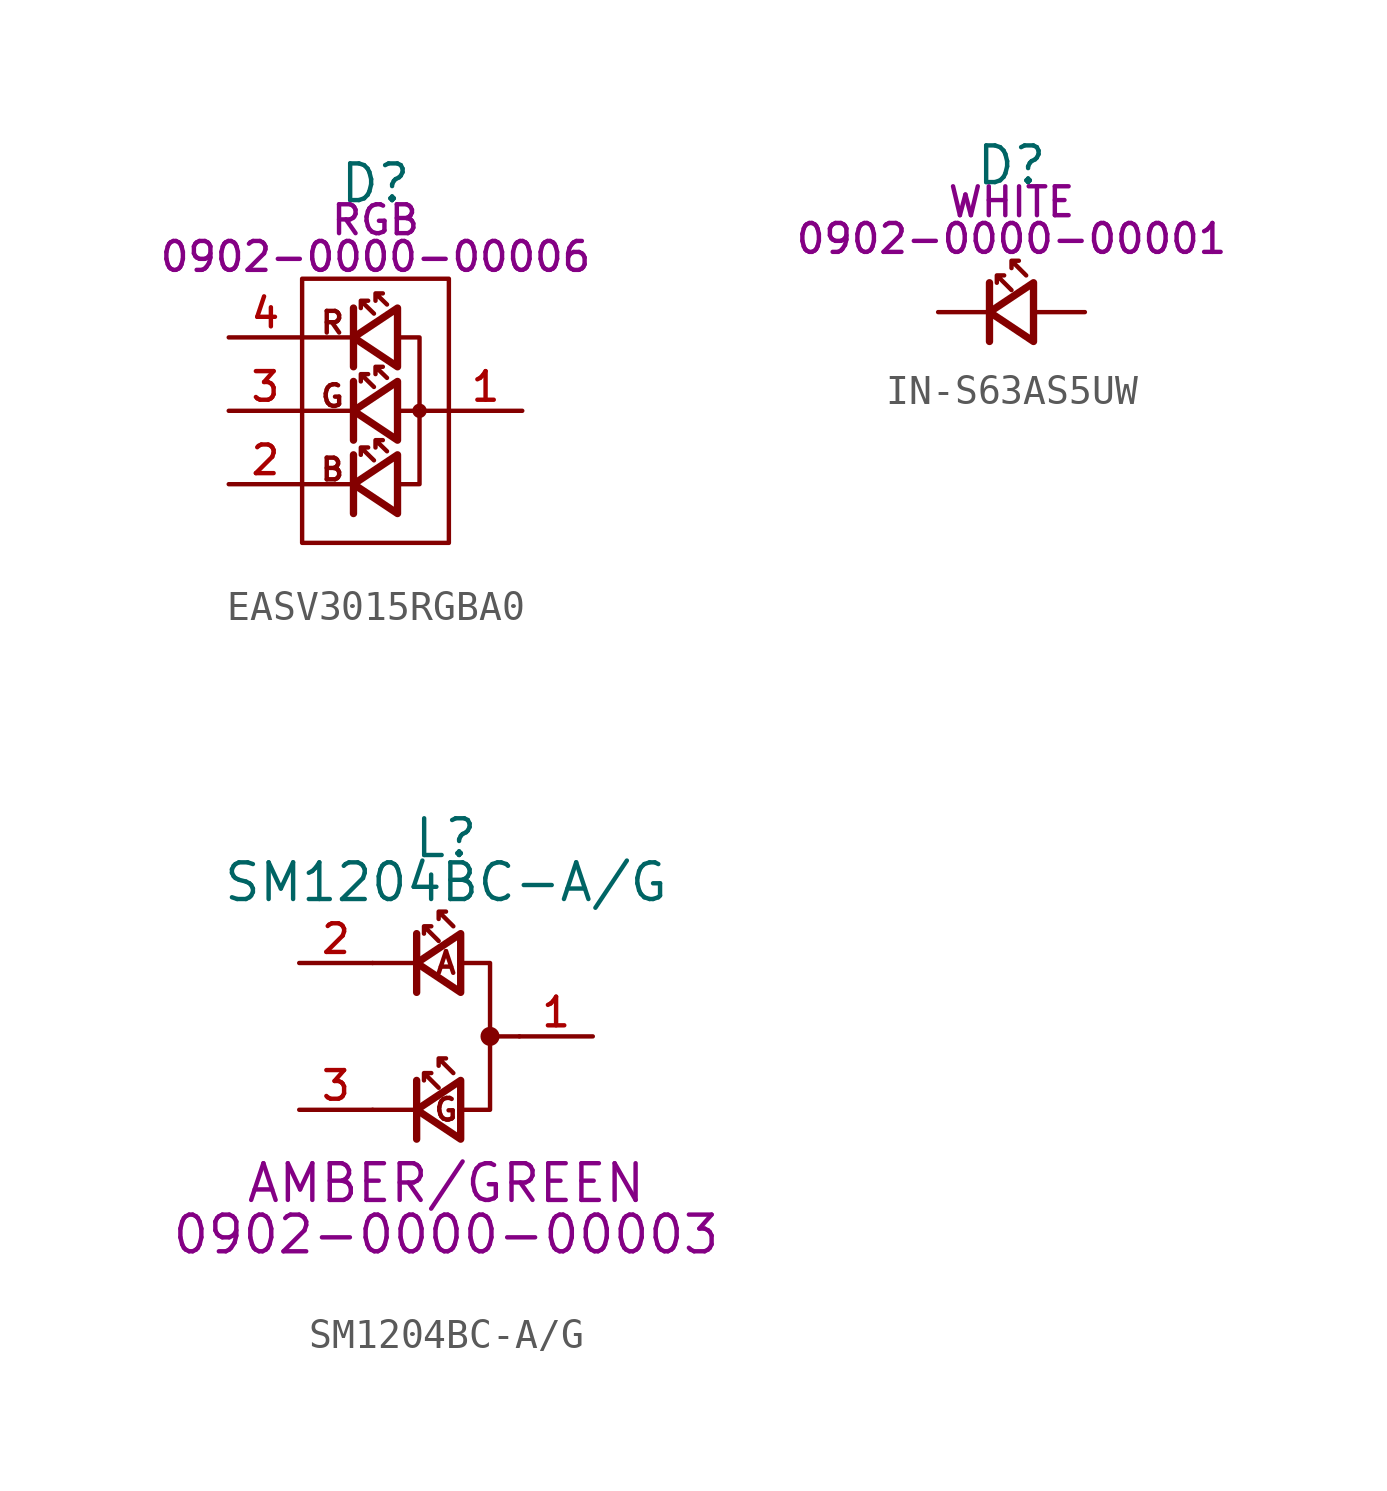
<source format=kicad_sym>
(kicad_symbol_lib
  (version 20231120)
  (generator "kicad_symbol_editor")
  (generator_version "8.0")
  (symbol "EASV3015RGBA0"
    (pin_names hide)
    (property "Reference" "D"
      (at 2.54 2.794 0)
      (effects (font (size 1.27 1.27))))
    (property "PartNumber" "0902-0000-00006"
      (at 2.54 0.254 0)
      (effects (font (size 1 1))))
    (property "Color" "RGB"
      (at 2.54 1.524 0)
      (effects (font (size 1 1))))
    (symbol "EASV3015RGBA0_0_0"
      (pin passive line (at 7.62 -5.08 180) (length 2.54) (name "AN" (effects (font (size 1.27 1.27)))) (number "1" (effects (font (size 0.991 0.991)))))
      (pin passive line (at -2.54 -7.62 0) (length 2.54) (name "B" (effects (font (size 1.27 1.27)))) (number "2" (effects (font (size 0.991 0.991)))))
      (pin passive line (at -2.54 -5.08 0) (length 2.54) (name "G" (effects (font (size 1.27 1.27)))) (number "3" (effects (font (size 0.991 0.991)))))
      (pin passive line (at -2.54 -2.54 0) (length 2.54) (name "R" (effects (font (size 1.27 1.27)))) (number "4" (effects (font (size 0.991 0.991))))))
    (symbol "EASV3015RGBA0_0_1"
      (polyline (pts (xy 0 -7.62) (xy 1.778 -7.62)) (stroke (width 0) (type default)) (fill (type none)))
      (polyline (pts (xy 0 -5.08) (xy 1.778 -5.08)) (stroke (width 0) (type default)) (fill (type none)))
      (polyline (pts (xy 0 -2.54) (xy 1.778 -2.54)) (stroke (width 0) (type default)) (fill (type none)))
      (polyline (pts (xy 1.778 -8.636) (xy 1.778 -6.604)) (stroke (width 0.254) (type default)) (fill (type none)))
      (polyline (pts (xy 1.778 -6.096) (xy 1.778 -4.064)) (stroke (width 0.254) (type default)) (fill (type none)))
      (polyline (pts (xy 1.778 -3.556) (xy 1.778 -1.524)) (stroke (width 0.254) (type default)) (fill (type none)))
      (polyline (pts (xy 3.302 -5.08) (xy 5.08 -5.08)) (stroke (width 0) (type default)) (fill (type none)))
      (polyline (pts (xy 3.302 -8.636) (xy 1.778 -7.62) (xy 3.302 -6.604) (xy 3.302 -8.636)) (stroke (width 0.254) (type default)) (fill (type none)))
      (polyline (pts (xy 3.302 -7.62) (xy 4.064 -7.62) (xy 4.064 -2.54) (xy 3.302 -2.54)) (stroke (width 0) (type default)) (fill (type none)))
      (polyline (pts (xy 3.302 -6.096) (xy 1.778 -5.08) (xy 3.302 -4.064) (xy 3.302 -6.096)) (stroke (width 0.254) (type default)) (fill (type none)))
      (polyline (pts (xy 3.302 -3.556) (xy 1.778 -2.54) (xy 3.302 -1.524) (xy 3.302 -3.556)) (stroke (width 0.254) (type default)) (fill (type none)))
      (polyline (pts (xy 2.487 -6.795) (xy 2.032 -6.35) (xy 2.286 -6.35) (xy 2.032 -6.35) (xy 2.032 -6.604)) (stroke (width 0) (type default)) (fill (type none)))
      (polyline (pts (xy 2.487 -4.255) (xy 2.032 -3.81) (xy 2.286 -3.81) (xy 2.032 -3.81) (xy 2.032 -4.064)) (stroke (width 0) (type default)) (fill (type none)))
      (polyline (pts (xy 2.487 -1.715) (xy 2.032 -1.27) (xy 2.286 -1.27) (xy 2.032 -1.27) (xy 2.032 -1.524)) (stroke (width 0) (type default)) (fill (type none)))
      (polyline (pts (xy 2.938 -6.481) (xy 2.54 -6.096) (xy 2.794 -6.096) (xy 2.54 -6.096) (xy 2.54 -6.35)) (stroke (width 0) (type default)) (fill (type none)))
      (polyline (pts (xy 2.938 -3.941) (xy 2.54 -3.556) (xy 2.794 -3.556) (xy 2.54 -3.556) (xy 2.54 -3.81)) (stroke (width 0) (type default)) (fill (type none)))
      (polyline (pts (xy 2.938 -1.401) (xy 2.54 -1.016) (xy 2.794 -1.016) (xy 2.54 -1.016) (xy 2.54 -1.27)) (stroke (width 0) (type default)) (fill (type none))))
    (symbol "EASV3015RGBA0_1_1"
      (rectangle (start 0 -0.508) (end 5.08 -9.652) (stroke (width 0) (type default)) (fill (type none)))
      (circle (center 4.064 -5.08) (radius 0.173) (stroke (width 0) (type default)) (fill (type none)))
      (text "B" (at 1.524 -7.112 0) (effects (font (size 0.75 0.75)) (justify right)))
      (text "G" (at 1.524 -4.572 0) (effects (font (size 0.75 0.75)) (justify right)))
      (text "R" (at 1.524 -2.032 0) (effects (font (size 0.75 0.75)) (justify right)))))
  (symbol "IN-S63AS5UW"
    (pin_numbers hide)
    (pin_names hide)
    (property "Reference" "D"
      (at 0 5.08 0)
      (effects (font (size 1.27 1.27))))
    (property "Color" "WHITE"
      (at 0 3.81 0)
      (effects (font (size 1 1))))
    (property "PartNumber" "0902-0000-00001"
      (at 0 2.54 0)
      (effects (font (size 1 1))))
    (symbol "IN-S63AS5UW_0_1"
      (polyline (pts (xy -0.762 -1.016) (xy -0.762 1.016)) (stroke (width 0.254) (type default)) (fill (type none)))
      (polyline (pts (xy 0.762 -1.016) (xy -0.762 0) (xy 0.762 1.016) (xy 0.762 -1.016)) (stroke (width 0.254) (type default)) (fill (type none)))
      (polyline (pts (xy 0 0.762) (xy -0.508 1.27) (xy -0.254 1.27) (xy -0.508 1.27) (xy -0.508 1.016)) (stroke (width 0) (type default)) (fill (type none)))
      (polyline (pts (xy 0.508 1.27) (xy 0 1.778) (xy 0.254 1.778) (xy 0 1.778) (xy 0 1.524)) (stroke (width 0) (type default)) (fill (type none))))
    (symbol "IN-S63AS5UW_1_1"
      (pin passive line (at -2.54 0 0) (length 1.778) (name "K" (effects (font (size 1.27 1.27)))) (number "1" (effects (font (size 1.27 1.27)))))
      (pin passive line (at 2.54 0 180) (length 1.778) (name "A" (effects (font (size 1.27 1.27)))) (number "2" (effects (font (size 1.27 1.27)))))))
  (symbol "SM1204BC-A/G"
    (pin_names hide)
    (property "Reference" "L"
      (at 2.54 4.318 0)
      (effects (font (size 1.27 1.27))))
    (property "Value" "SM1204BC-A/G"
      (at 2.54 2.794 0)
      (effects (font (size 1.27 1.27))))
    (property "PartNumber" "0902-0000-00003"
      (at 2.54 -9.398 0)
      (effects (font (size 1.27 1.27))))
    (property "Color" "AMBER/GREEN"
      (at 2.54 -7.62 0)
      (effects (font (size 1.27 1.27))))
    (property "ki_locked" ""
      (at 0 0 0)
      (effects (font (size 1.27 1.27))))
    (symbol "SM1204BC-A/G_0_0"
      (pin passive line (at 7.62 -2.54 180) (length 2.54) (name "COM" (effects (font (size 1.27 1.27)))) (number "1" (effects (font (size 0.991 0.991)))))
      (pin passive line (at -2.54 0 0) (length 2.54) (name "AM" (effects (font (size 1.27 1.27)))) (number "2" (effects (font (size 0.991 0.991)))))
      (pin passive line (at -2.54 -5.08 0) (length 2.54) (name "GR" (effects (font (size 1.27 1.27)))) (number "3" (effects (font (size 0.991 0.991))))))
    (symbol "SM1204BC-A/G_0_1"
      (polyline (pts (xy 1.524 -6.096) (xy 1.524 -4.064)) (stroke (width 0.254) (type default)) (fill (type none)))
      (polyline (pts (xy 1.524 -1.016) (xy 1.524 1.016)) (stroke (width 0.254) (type default)) (fill (type none)))
      (polyline (pts (xy 3.048 -6.096) (xy 1.524 -5.08) (xy 3.048 -4.064) (xy 3.048 -6.096)) (stroke (width 0.254) (type default)) (fill (type none)))
      (polyline (pts (xy 3.048 -1.016) (xy 1.524 0) (xy 3.048 1.016) (xy 3.048 -1.016)) (stroke (width 0.254) (type default)) (fill (type none)))
      (polyline (pts (xy 2.286 -4.318) (xy 1.778 -3.81) (xy 2.032 -3.81) (xy 1.778 -3.81) (xy 1.778 -4.064)) (stroke (width 0) (type default)) (fill (type none)))
      (polyline (pts (xy 2.286 0.762) (xy 1.778 1.27) (xy 2.032 1.27) (xy 1.778 1.27) (xy 1.778 1.016)) (stroke (width 0) (type default)) (fill (type none)))
      (polyline (pts (xy 2.794 -3.81) (xy 2.286 -3.302) (xy 2.54 -3.302) (xy 2.286 -3.302) (xy 2.286 -3.556)) (stroke (width 0) (type default)) (fill (type none)))
      (polyline (pts (xy 2.794 1.27) (xy 2.286 1.778) (xy 2.54 1.778) (xy 2.286 1.778) (xy 2.286 1.524)) (stroke (width 0) (type default)) (fill (type none))))
    (symbol "SM1204BC-A/G_1_1"
      (polyline (pts (xy 0 -5.08) (xy 1.524 -5.08)) (stroke (width 0) (type default)) (fill (type none)))
      (polyline (pts (xy 0 0) (xy 1.524 0)) (stroke (width 0) (type default)) (fill (type none)))
      (polyline (pts (xy 4.064 -2.54) (xy 5.08 -2.54)) (stroke (width 0) (type default)) (fill (type none)))
      (polyline (pts (xy 3.048 0) (xy 4.064 0) (xy 4.064 -5.08) (xy 3.048 -5.08)) (stroke (width 0) (type default)) (fill (type none)))
      (circle (center 4.064 -2.54) (radius 0.254) (stroke (width 0) (type default)) (fill (type outline)))
      (text "A" (at 2.54 0 0) (effects (font (size 0.75 0.75))))
      (text "G" (at 2.54 -5.08 0) (effects (font (size 0.75 0.75)))))))
</source>
